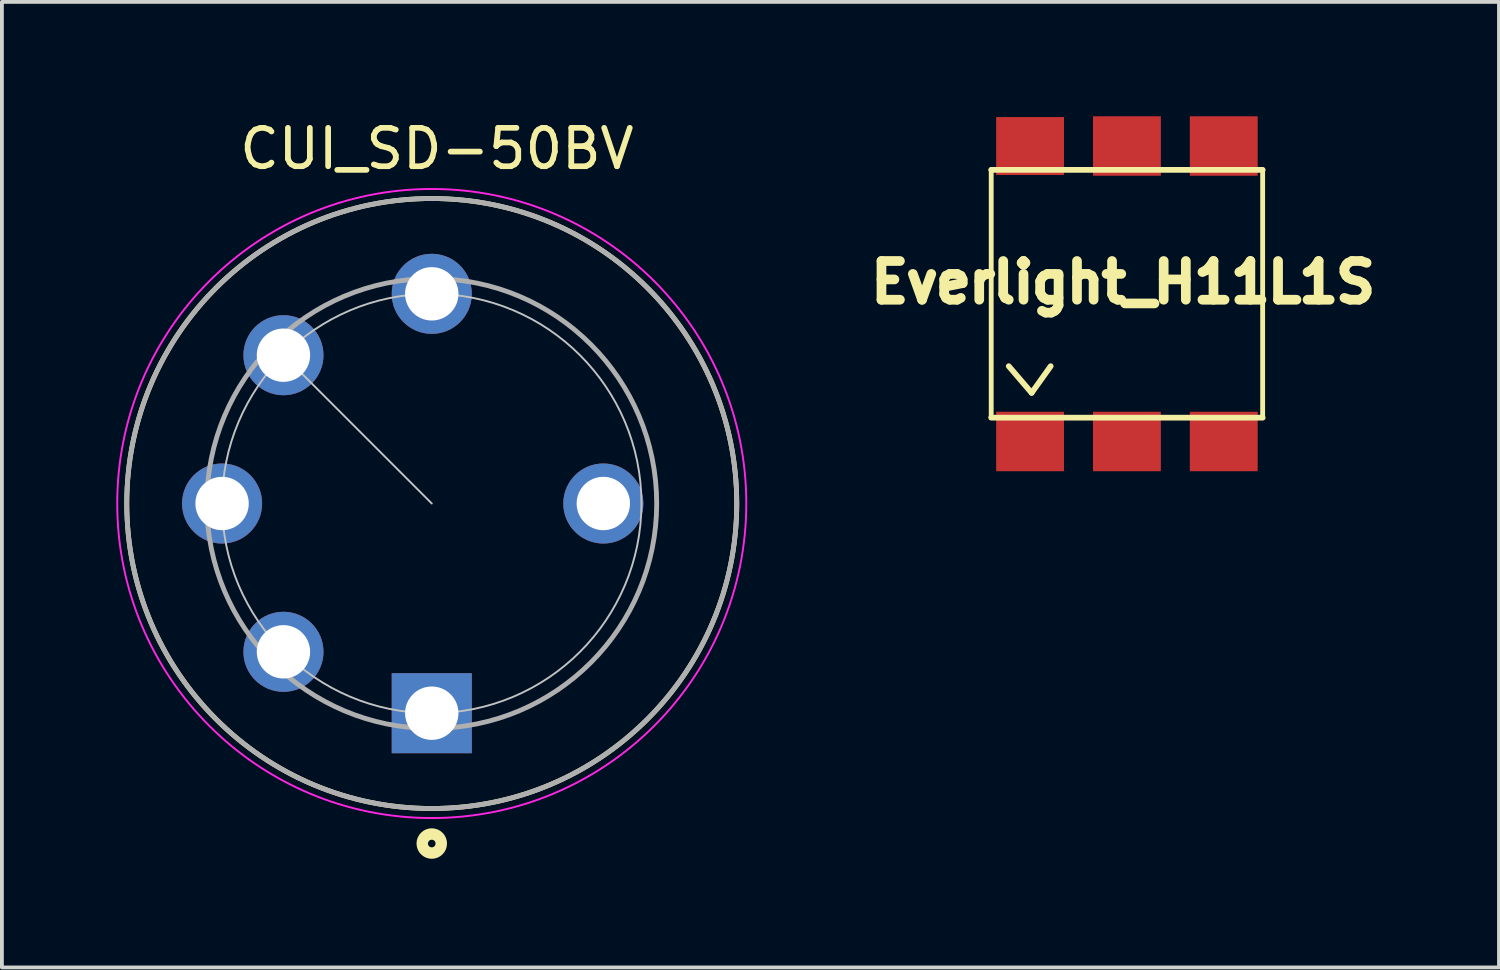
<source format=kicad_pcb>
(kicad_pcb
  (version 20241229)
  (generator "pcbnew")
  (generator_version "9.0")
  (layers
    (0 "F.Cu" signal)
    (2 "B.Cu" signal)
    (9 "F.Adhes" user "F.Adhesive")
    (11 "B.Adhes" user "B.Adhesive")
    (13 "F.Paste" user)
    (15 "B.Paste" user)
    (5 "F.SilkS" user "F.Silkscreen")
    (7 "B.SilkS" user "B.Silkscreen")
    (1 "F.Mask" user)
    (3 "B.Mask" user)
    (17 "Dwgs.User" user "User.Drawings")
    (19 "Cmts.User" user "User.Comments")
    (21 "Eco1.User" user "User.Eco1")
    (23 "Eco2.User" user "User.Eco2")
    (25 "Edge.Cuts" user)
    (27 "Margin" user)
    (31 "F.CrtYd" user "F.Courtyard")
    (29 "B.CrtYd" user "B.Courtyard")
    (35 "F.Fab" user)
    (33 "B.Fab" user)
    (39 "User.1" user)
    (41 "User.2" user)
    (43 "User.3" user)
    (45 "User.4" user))
  (footprint "Everlight_H11L1S"
    (placed yes)
    (layer "F.Cu")
    (at 26.509 4.655)
    (property "Reference" "Everlight_H11L1S" (at -0.1 -0.3 180) (layer "F.SilkS") (effects (font (size 1.016 1.016) (thickness 0.254))))
    (attr through_hole)
    (fp_line (start -3.56 -3.25) (end 3.56 -3.25) (stroke (width 0.15) (type solid)) (layer "F.SilkS"))
    (fp_line (start -3.56 3.25) (end -3.56 -3.25) (stroke (width 0.127) (type solid)) (layer "F.SilkS"))
    (fp_line (start -3.1 1.9) (end -2.5 2.6) (stroke (width 0.15) (type solid)) (layer "F.SilkS"))
    (fp_line (start -2.5 2.6) (end -2 1.9) (stroke (width 0.15) (type solid)) (layer "F.SilkS"))
    (fp_line (start 3.56 -3.25) (end 3.56 3.25) (stroke (width 0.127) (type solid)) (layer "F.SilkS"))
    (fp_line (start 3.56 3.25) (end -3.56 3.25) (stroke (width 0.15) (type solid)) (layer "F.SilkS"))
    (pad "1" smd rect (at -2.54 3.875) (size 1.78 1.56) (layers "F.Cu" "F.Mask" "F.Paste"))
    (pad "2" smd rect (at 0 3.875) (size 1.78 1.56) (layers "F.Cu" "F.Mask" "F.Paste"))
    (pad "3" smd rect (at 2.54 3.875) (size 1.78 1.56) (layers "F.Cu" "F.Mask" "F.Paste"))
    (pad "4" smd rect (at 2.54 -3.875) (size 1.78 1.56) (layers "F.Cu" "F.Mask" "F.Paste"))
    (pad "5" smd rect (at 0 -3.875) (size 1.78 1.56) (layers "F.Cu" "F.Mask" "F.Paste"))
    (pad "6" smd rect (at -2.54 -3.875) (size 1.78 1.52) (layers "F.Cu" "F.Mask" "F.Paste")))
  (footprint "CUI_SD-50BV"
    (layer "F.Cu")
    (at 8.275 10.157)
    (property "Reference" "CUI_SD-50BV" (at 0.135 -9.305 0) (layer "F.SilkS") (effects (font (size 1.007 1.007) (thickness 0.15))))
    (attr through_hole)
    (fp_circle (center 0 0) (end 8 0) (stroke (width 0.127) (type solid)) (fill no) (layer "F.SilkS"))
    (fp_circle (center 0 8.919) (end 0.1 8.919) (stroke (width 0.3) (type solid)) (fill no) (layer "F.SilkS"))
    (fp_line (start 0 0) (end -3.89 -3.89) (stroke (width 0.05) (type solid)) (layer "Dwgs.User"))
    (fp_circle (center 0 0) (end 5.5 0) (stroke (width 0.05) (type solid)) (fill no) (layer "Dwgs.User"))
    (fp_circle (center 0 0) (end 8.25 0) (stroke (width 0.05) (type solid)) (fill no) (layer "F.CrtYd"))
    (fp_circle (center 0 0) (end 5.9 0) (stroke (width 0.127) (type solid)) (fill no) (layer "F.Fab"))
    (fp_circle (center 0 0) (end 8 0) (stroke (width 0.127) (type solid)) (fill no) (layer "F.Fab"))
    (pad "1" thru_hole rect (at 0 5.5) (size 2.1 2.1) (drill 1.4) (layers "*.Cu" "*.Mask"))
    (pad "2" thru_hole circle (at -5.5 0) (size 2.1 2.1) (drill 1.4) (layers "*.Cu" "*.Mask"))
    (pad "3" thru_hole circle (at 0 -5.5) (size 2.1 2.1) (drill 1.4) (layers "*.Cu" "*.Mask"))
    (pad "4" thru_hole circle (at -3.89 3.89) (size 2.1 2.1) (drill 1.4) (layers "*.Cu" "*.Mask"))
    (pad "5" thru_hole circle (at -3.89 -3.89) (size 2.1 2.1) (drill 1.4) (layers "*.Cu" "*.Mask"))
    (pad "S" thru_hole circle (at 4.5 0) (size 2.1 2.1) (drill 1.4) (layers "*.Cu" "*.Mask")))
  (gr_rect
    (start -3 -3)
    (end 36.268 22.326)
    (stroke (width 0.1) (type default))
    (fill no)
    (layer "Edge.Cuts")))
</source>
